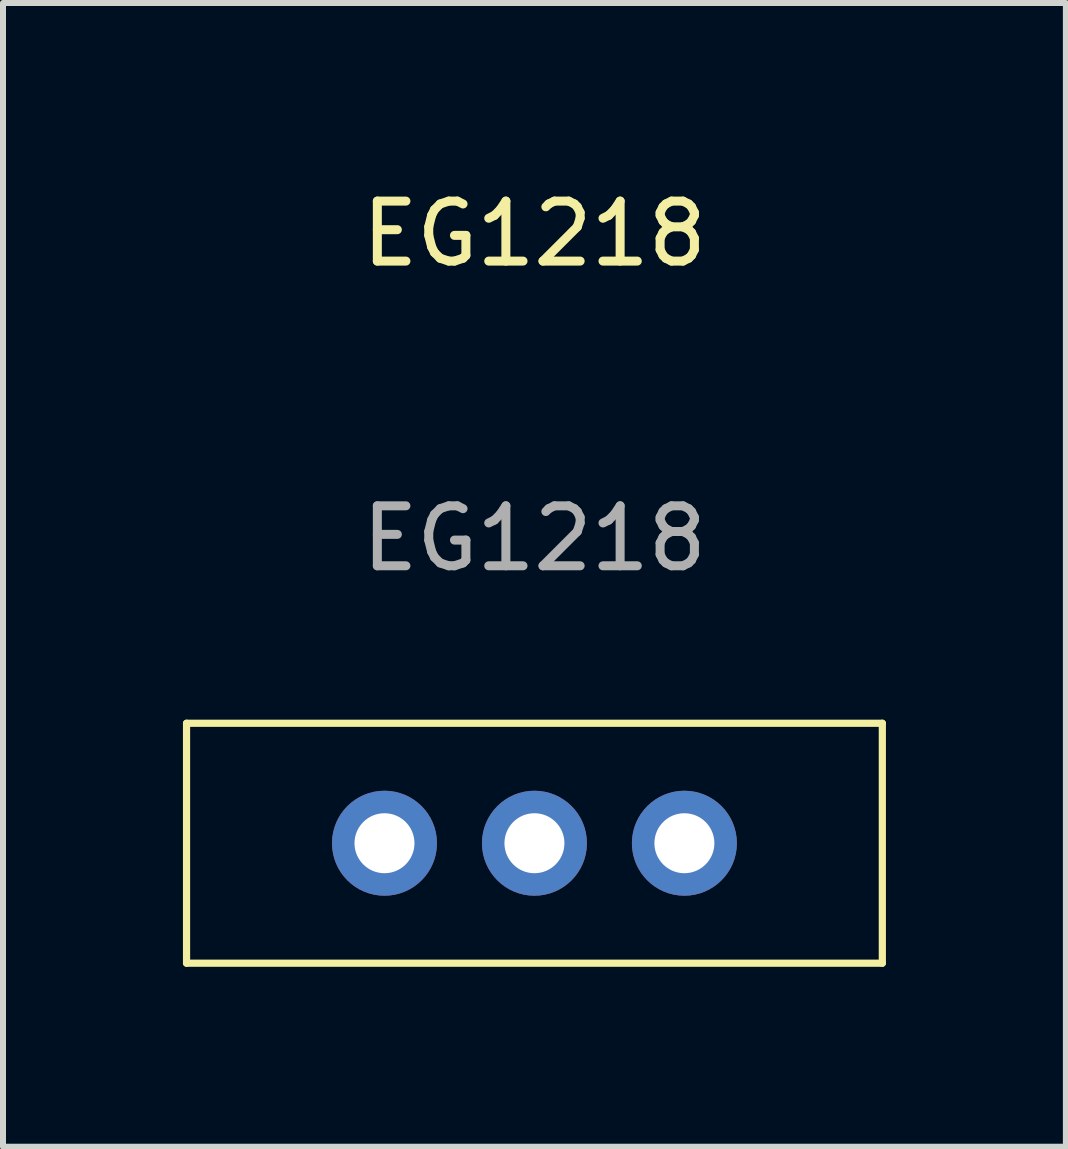
<source format=kicad_pcb>
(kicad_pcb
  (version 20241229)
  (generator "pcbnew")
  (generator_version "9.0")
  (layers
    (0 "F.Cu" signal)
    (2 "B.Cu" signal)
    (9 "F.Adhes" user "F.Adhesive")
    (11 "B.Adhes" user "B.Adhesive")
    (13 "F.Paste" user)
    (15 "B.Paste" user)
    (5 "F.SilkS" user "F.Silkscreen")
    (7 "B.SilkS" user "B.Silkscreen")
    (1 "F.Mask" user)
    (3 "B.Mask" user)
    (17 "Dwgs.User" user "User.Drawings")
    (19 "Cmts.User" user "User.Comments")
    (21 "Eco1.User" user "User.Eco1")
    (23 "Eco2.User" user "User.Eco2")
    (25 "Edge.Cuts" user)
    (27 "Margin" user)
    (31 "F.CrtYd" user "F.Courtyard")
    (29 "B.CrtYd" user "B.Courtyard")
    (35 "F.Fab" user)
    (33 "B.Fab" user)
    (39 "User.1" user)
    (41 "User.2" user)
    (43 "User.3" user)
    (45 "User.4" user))
  (footprint "EG1218"
    (layer "F.Cu")
    (at 5.86 11.008)
    (property "Reference" "EG1218" (at 0 -10.16 0) (unlocked yes) (layer "F.SilkS") (effects (font (size 1 1) (thickness 0.15))))
    (attr through_hole)
    (fp_line (start -5.8 -2) (end -5.8 2) (stroke (width 0.12) (type solid)) (layer "F.SilkS"))
    (fp_line (start -5.8 -2) (end 5.8 -2) (stroke (width 0.12) (type solid)) (layer "F.SilkS"))
    (fp_line (start -5.8 2) (end 5.8 2) (stroke (width 0.12) (type solid)) (layer "F.SilkS"))
    (fp_line (start 5.8 -2) (end 5.8 2) (stroke (width 0.12) (type solid)) (layer "F.SilkS"))
    (fp_text user "${REFERENCE}" (at 0 -5.08 0) (unlocked yes) (layer "F.Fab") (effects (font (size 1 1) (thickness 0.15))))
    (pad "1" thru_hole circle (at -2.5 0) (size 1.75 1.75) (drill 1) (layers "*.Cu" "*.Mask"))
    (pad "2" thru_hole circle (at 0 0) (size 1.75 1.75) (drill 1) (layers "*.Cu" "*.Mask"))
    (pad "3" thru_hole circle (at 2.5 0) (size 1.75 1.75) (drill 1) (layers "*.Cu" "*.Mask")))
  (gr_rect
    (start -3 -3)
    (end 14.72 16.068)
    (stroke (width 0.1) (type default))
    (fill no)
    (layer "Edge.Cuts")))
</source>
